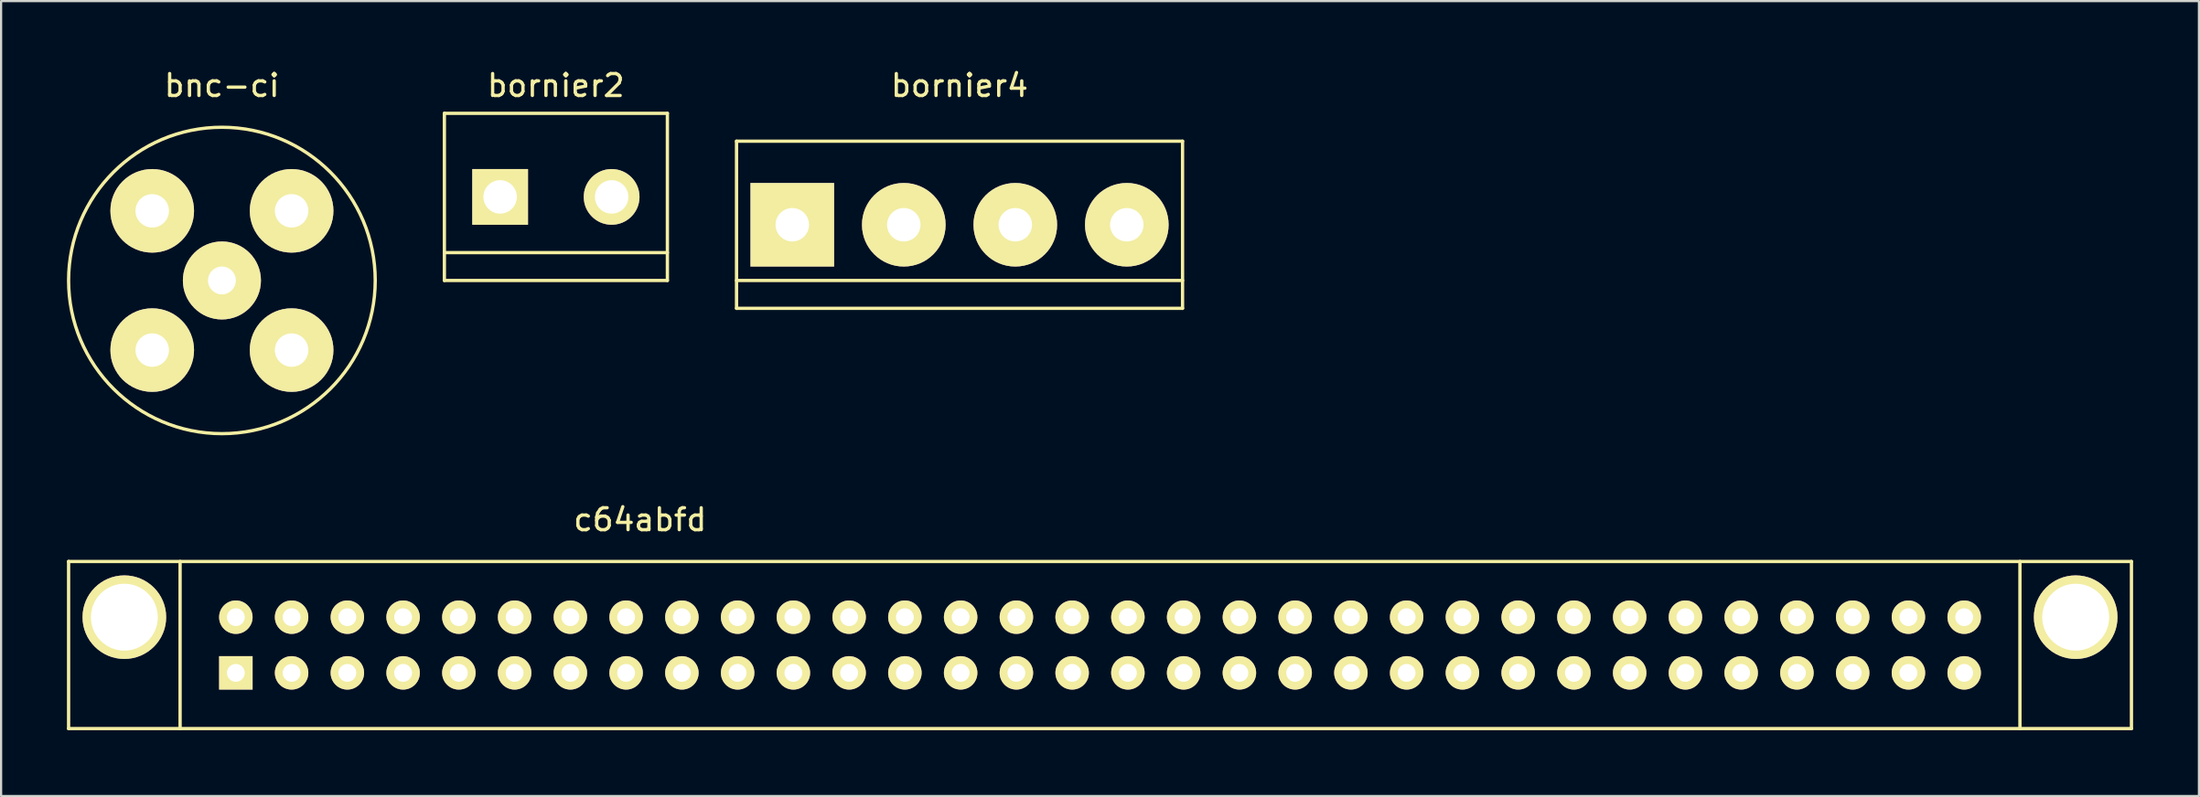
<source format=kicad_pcb>
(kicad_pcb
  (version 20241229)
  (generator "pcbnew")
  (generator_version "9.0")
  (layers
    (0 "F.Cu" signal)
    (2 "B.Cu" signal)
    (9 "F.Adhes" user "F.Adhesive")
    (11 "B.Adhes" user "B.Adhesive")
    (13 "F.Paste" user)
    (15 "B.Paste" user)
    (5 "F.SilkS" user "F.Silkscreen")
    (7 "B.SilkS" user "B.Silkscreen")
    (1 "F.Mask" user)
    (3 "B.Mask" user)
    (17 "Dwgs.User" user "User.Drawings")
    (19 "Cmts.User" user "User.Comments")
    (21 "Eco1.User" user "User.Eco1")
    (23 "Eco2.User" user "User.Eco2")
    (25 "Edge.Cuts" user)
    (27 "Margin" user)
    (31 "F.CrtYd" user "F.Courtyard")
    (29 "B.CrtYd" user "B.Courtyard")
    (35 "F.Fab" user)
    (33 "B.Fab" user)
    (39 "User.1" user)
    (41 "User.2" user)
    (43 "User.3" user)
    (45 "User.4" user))
  (footprint "bornier2"
    (layer "F.Cu")
    (at 22.275 5.928)
    (property "Reference" "bornier2" (at 0 -5.08 0) (layer "F.SilkS") (effects (font (size 1 1) (thickness 0.15))))
    (attr through_hole)
    (fp_line (start -5.08 -3.81) (end -5.08 3.81) (stroke (width 0.15) (type solid)) (layer "F.SilkS"))
    (fp_line (start -5.08 3.81) (end 5.08 3.81) (stroke (width 0.15) (type solid)) (layer "F.SilkS"))
    (fp_line (start 5.08 -3.81) (end -5.08 -3.81) (stroke (width 0.15) (type solid)) (layer "F.SilkS"))
    (fp_line (start 5.08 2.54) (end -5.08 2.54) (stroke (width 0.15) (type solid)) (layer "F.SilkS"))
    (fp_line (start 5.08 3.81) (end 5.08 -3.81) (stroke (width 0.15) (type solid)) (layer "F.SilkS"))
    (pad "1" thru_hole rect (at -2.54 0) (size 2.54 2.54) (drill 1.524) (layers "*.Cu" "*.Mask" "F.SilkS"))
    (pad "2" thru_hole circle (at 2.54 0) (size 2.54 2.54) (drill 1.524) (layers "*.Cu" "*.Mask" "F.SilkS")))
  (footprint "bornier4"
    (layer "F.Cu")
    (at 40.665 7.198)
    (property "Reference" "bornier4" (at 0 -6.35 0) (layer "F.SilkS") (effects (font (size 1 1) (thickness 0.15))))
    (attr through_hole)
    (fp_line (start -10.16 -3.81) (end -10.16 3.81) (stroke (width 0.15) (type solid)) (layer "F.SilkS"))
    (fp_line (start -10.16 -3.81) (end 10.16 -3.81) (stroke (width 0.15) (type solid)) (layer "F.SilkS"))
    (fp_line (start -10.16 3.81) (end 10.16 3.81) (stroke (width 0.15) (type solid)) (layer "F.SilkS"))
    (fp_line (start 10.16 2.54) (end -10.16 2.54) (stroke (width 0.15) (type solid)) (layer "F.SilkS"))
    (fp_line (start 10.16 3.81) (end 10.16 -3.81) (stroke (width 0.15) (type solid)) (layer "F.SilkS"))
    (pad "1" thru_hole rect (at -7.62 0) (size 3.81 3.81) (drill 1.524) (layers "*.Cu" "*.Mask" "F.SilkS"))
    (pad "2" thru_hole circle (at -2.54 0) (size 3.81 3.81) (drill 1.524) (layers "*.Cu" "*.Mask" "F.SilkS"))
    (pad "3" thru_hole circle (at 2.54 0) (size 3.81 3.81) (drill 1.524) (layers "*.Cu" "*.Mask" "F.SilkS"))
    (pad "4" thru_hole circle (at 7.62 0) (size 3.81 3.81) (drill 1.524) (layers "*.Cu" "*.Mask" "F.SilkS")))
  (footprint "c64abfd"
    (layer "F.Cu")
    (at 47.065 26.361)
    (property "Reference" "c64abfd" (at -20.955 -5.715 0) (layer "F.SilkS") (effects (font (size 1 1) (thickness 0.15))))
    (attr through_hole)
    (fp_line (start -46.99 -3.81) (end 46.99 -3.81) (stroke (width 0.15) (type solid)) (layer "F.SilkS"))
    (fp_line (start -46.99 3.81) (end -46.99 -3.81) (stroke (width 0.15) (type solid)) (layer "F.SilkS"))
    (fp_line (start -41.91 3.81) (end -41.91 -3.81) (stroke (width 0.15) (type solid)) (layer "F.SilkS"))
    (fp_line (start 41.91 3.81) (end 41.91 -3.81) (stroke (width 0.15) (type solid)) (layer "F.SilkS"))
    (fp_line (start 46.99 -3.81) (end 46.99 3.81) (stroke (width 0.15) (type solid)) (layer "F.SilkS"))
    (fp_line (start 46.99 3.81) (end -46.99 3.81) (stroke (width 0.15) (type solid)) (layer "F.SilkS"))
    (pad "65" thru_hole circle (at -44.45 -1.27) (size 3.81 3.81) (drill 3.048) (layers "*.Cu" "*.Mask" "F.SilkS"))
    (pad "66" thru_hole circle (at 44.45 -1.27) (size 3.81 3.81) (drill 3.048) (layers "*.Cu" "*.Mask" "F.SilkS"))
    (pad "A1" thru_hole rect (at -39.37 1.27) (size 1.524 1.524) (drill 0.813) (layers "*.Cu" "*.Mask" "F.SilkS"))
    (pad "A2" thru_hole circle (at -36.83 1.27) (size 1.524 1.524) (drill 0.813) (layers "*.Cu" "*.Mask" "F.SilkS"))
    (pad "A3" thru_hole circle (at -34.29 1.27) (size 1.524 1.524) (drill 0.813) (layers "*.Cu" "*.Mask" "F.SilkS"))
    (pad "A4" thru_hole circle (at -31.75 1.27) (size 1.524 1.524) (drill 0.813) (layers "*.Cu" "*.Mask" "F.SilkS"))
    (pad "A5" thru_hole circle (at -29.21 1.27) (size 1.524 1.524) (drill 0.813) (layers "*.Cu" "*.Mask" "F.SilkS"))
    (pad "A6" thru_hole circle (at -26.67 1.27) (size 1.524 1.524) (drill 0.813) (layers "*.Cu" "*.Mask" "F.SilkS"))
    (pad "A7" thru_hole circle (at -24.13 1.27) (size 1.524 1.524) (drill 0.813) (layers "*.Cu" "*.Mask" "F.SilkS"))
    (pad "A8" thru_hole circle (at -21.59 1.27) (size 1.524 1.524) (drill 0.813) (layers "*.Cu" "*.Mask" "F.SilkS"))
    (pad "A9" thru_hole circle (at -19.05 1.27) (size 1.524 1.524) (drill 0.813) (layers "*.Cu" "*.Mask" "F.SilkS"))
    (pad "A10" thru_hole circle (at -16.51 1.27) (size 1.524 1.524) (drill 0.813) (layers "*.Cu" "*.Mask" "F.SilkS"))
    (pad "A11" thru_hole circle (at -13.97 1.27) (size 1.524 1.524) (drill 0.813) (layers "*.Cu" "*.Mask" "F.SilkS"))
    (pad "A12" thru_hole circle (at -11.43 1.27) (size 1.524 1.524) (drill 0.813) (layers "*.Cu" "*.Mask" "F.SilkS"))
    (pad "A13" thru_hole circle (at -8.89 1.27) (size 1.524 1.524) (drill 0.813) (layers "*.Cu" "*.Mask" "F.SilkS"))
    (pad "A14" thru_hole circle (at -6.35 1.27) (size 1.524 1.524) (drill 0.813) (layers "*.Cu" "*.Mask" "F.SilkS"))
    (pad "A15" thru_hole circle (at -3.81 1.27) (size 1.524 1.524) (drill 0.813) (layers "*.Cu" "*.Mask" "F.SilkS"))
    (pad "A16" thru_hole circle (at -1.27 1.27) (size 1.524 1.524) (drill 0.813) (layers "*.Cu" "*.Mask" "F.SilkS"))
    (pad "A17" thru_hole circle (at 1.27 1.27) (size 1.524 1.524) (drill 0.813) (layers "*.Cu" "*.Mask" "F.SilkS"))
    (pad "A18" thru_hole circle (at 3.81 1.27) (size 1.524 1.524) (drill 0.813) (layers "*.Cu" "*.Mask" "F.SilkS"))
    (pad "A19" thru_hole circle (at 6.35 1.27) (size 1.524 1.524) (drill 0.813) (layers "*.Cu" "*.Mask" "F.SilkS"))
    (pad "A20" thru_hole circle (at 8.89 1.27) (size 1.524 1.524) (drill 0.813) (layers "*.Cu" "*.Mask" "F.SilkS"))
    (pad "A21" thru_hole circle (at 11.43 1.27) (size 1.524 1.524) (drill 0.813) (layers "*.Cu" "*.Mask" "F.SilkS"))
    (pad "A22" thru_hole circle (at 13.97 1.27) (size 1.524 1.524) (drill 0.813) (layers "*.Cu" "*.Mask" "F.SilkS"))
    (pad "A23" thru_hole circle (at 16.51 1.27) (size 1.524 1.524) (drill 0.813) (layers "*.Cu" "*.Mask" "F.SilkS"))
    (pad "A24" thru_hole circle (at 19.05 1.27) (size 1.524 1.524) (drill 0.813) (layers "*.Cu" "*.Mask" "F.SilkS"))
    (pad "A25" thru_hole circle (at 21.59 1.27) (size 1.524 1.524) (drill 0.813) (layers "*.Cu" "*.Mask" "F.SilkS"))
    (pad "A26" thru_hole circle (at 24.13 1.27) (size 1.524 1.524) (drill 0.813) (layers "*.Cu" "*.Mask" "F.SilkS"))
    (pad "A27" thru_hole circle (at 26.67 1.27) (size 1.524 1.524) (drill 0.813) (layers "*.Cu" "*.Mask" "F.SilkS"))
    (pad "A28" thru_hole circle (at 29.21 1.27) (size 1.524 1.524) (drill 0.813) (layers "*.Cu" "*.Mask" "F.SilkS"))
    (pad "A29" thru_hole circle (at 31.75 1.27) (size 1.524 1.524) (drill 0.813) (layers "*.Cu" "*.Mask" "F.SilkS"))
    (pad "A30" thru_hole circle (at 34.29 1.27) (size 1.524 1.524) (drill 0.813) (layers "*.Cu" "*.Mask" "F.SilkS"))
    (pad "A31" thru_hole circle (at 36.83 1.27) (size 1.524 1.524) (drill 0.813) (layers "*.Cu" "*.Mask" "F.SilkS"))
    (pad "A32" thru_hole circle (at 39.37 1.27) (size 1.524 1.524) (drill 0.813) (layers "*.Cu" "*.Mask" "F.SilkS"))
    (pad "B1" thru_hole circle (at -39.37 -1.27) (size 1.524 1.524) (drill 0.813) (layers "*.Cu" "*.Mask" "F.SilkS"))
    (pad "B2" thru_hole circle (at -36.83 -1.27) (size 1.524 1.524) (drill 0.813) (layers "*.Cu" "*.Mask" "F.SilkS"))
    (pad "B3" thru_hole circle (at -34.29 -1.27) (size 1.524 1.524) (drill 0.813) (layers "*.Cu" "*.Mask" "F.SilkS"))
    (pad "B4" thru_hole circle (at -31.75 -1.27) (size 1.524 1.524) (drill 0.813) (layers "*.Cu" "*.Mask" "F.SilkS"))
    (pad "B5" thru_hole circle (at -29.21 -1.27) (size 1.524 1.524) (drill 0.813) (layers "*.Cu" "*.Mask" "F.SilkS"))
    (pad "B6" thru_hole circle (at -26.67 -1.27) (size 1.524 1.524) (drill 0.813) (layers "*.Cu" "*.Mask" "F.SilkS"))
    (pad "B7" thru_hole circle (at -24.13 -1.27) (size 1.524 1.524) (drill 0.813) (layers "*.Cu" "*.Mask" "F.SilkS"))
    (pad "B8" thru_hole circle (at -21.59 -1.27) (size 1.524 1.524) (drill 0.813) (layers "*.Cu" "*.Mask" "F.SilkS"))
    (pad "B9" thru_hole circle (at -19.05 -1.27) (size 1.524 1.524) (drill 0.813) (layers "*.Cu" "*.Mask" "F.SilkS"))
    (pad "B10" thru_hole circle (at -16.51 -1.27) (size 1.524 1.524) (drill 0.813) (layers "*.Cu" "*.Mask" "F.SilkS"))
    (pad "B11" thru_hole circle (at -13.97 -1.27) (size 1.524 1.524) (drill 0.813) (layers "*.Cu" "*.Mask" "F.SilkS"))
    (pad "B12" thru_hole circle (at -11.43 -1.27) (size 1.524 1.524) (drill 0.813) (layers "*.Cu" "*.Mask" "F.SilkS"))
    (pad "B13" thru_hole circle (at -8.89 -1.27) (size 1.524 1.524) (drill 0.813) (layers "*.Cu" "*.Mask" "F.SilkS"))
    (pad "B14" thru_hole circle (at -6.35 -1.27) (size 1.524 1.524) (drill 0.813) (layers "*.Cu" "*.Mask" "F.SilkS"))
    (pad "B15" thru_hole circle (at -3.81 -1.27) (size 1.524 1.524) (drill 0.813) (layers "*.Cu" "*.Mask" "F.SilkS"))
    (pad "B16" thru_hole circle (at -1.27 -1.27) (size 1.524 1.524) (drill 0.813) (layers "*.Cu" "*.Mask" "F.SilkS"))
    (pad "B17" thru_hole circle (at 1.27 -1.27) (size 1.524 1.524) (drill 0.813) (layers "*.Cu" "*.Mask" "F.SilkS"))
    (pad "B18" thru_hole circle (at 3.81 -1.27) (size 1.524 1.524) (drill 0.813) (layers "*.Cu" "*.Mask" "F.SilkS"))
    (pad "B19" thru_hole circle (at 6.35 -1.27) (size 1.524 1.524) (drill 0.813) (layers "*.Cu" "*.Mask" "F.SilkS"))
    (pad "B20" thru_hole circle (at 8.89 -1.27) (size 1.524 1.524) (drill 0.813) (layers "*.Cu" "*.Mask" "F.SilkS"))
    (pad "B21" thru_hole circle (at 11.43 -1.27) (size 1.524 1.524) (drill 0.813) (layers "*.Cu" "*.Mask" "F.SilkS"))
    (pad "B22" thru_hole circle (at 13.97 -1.27) (size 1.524 1.524) (drill 0.813) (layers "*.Cu" "*.Mask" "F.SilkS"))
    (pad "B23" thru_hole circle (at 16.51 -1.27) (size 1.524 1.524) (drill 0.813) (layers "*.Cu" "*.Mask" "F.SilkS"))
    (pad "B24" thru_hole circle (at 19.05 -1.27) (size 1.524 1.524) (drill 0.813) (layers "*.Cu" "*.Mask" "F.SilkS"))
    (pad "B25" thru_hole circle (at 21.59 -1.27) (size 1.524 1.524) (drill 0.813) (layers "*.Cu" "*.Mask" "F.SilkS"))
    (pad "B26" thru_hole circle (at 24.13 -1.27) (size 1.524 1.524) (drill 0.813) (layers "*.Cu" "*.Mask" "F.SilkS"))
    (pad "B27" thru_hole circle (at 26.67 -1.27) (size 1.524 1.524) (drill 0.813) (layers "*.Cu" "*.Mask" "F.SilkS"))
    (pad "B28" thru_hole circle (at 29.21 -1.27) (size 1.524 1.524) (drill 0.813) (layers "*.Cu" "*.Mask" "F.SilkS"))
    (pad "B29" thru_hole circle (at 31.75 -1.27) (size 1.524 1.524) (drill 0.813) (layers "*.Cu" "*.Mask" "F.SilkS"))
    (pad "B30" thru_hole circle (at 34.29 -1.27) (size 1.524 1.524) (drill 0.813) (layers "*.Cu" "*.Mask" "F.SilkS"))
    (pad "B31" thru_hole circle (at 36.83 -1.27) (size 1.524 1.524) (drill 0.813) (layers "*.Cu" "*.Mask" "F.SilkS"))
    (pad "B32" thru_hole circle (at 39.37 -1.27) (size 1.524 1.524) (drill 0.813) (layers "*.Cu" "*.Mask" "F.SilkS")))
  (footprint "bnc-ci"
    (layer "F.Cu")
    (at 7.06 9.738)
    (property "Reference" "bnc-ci" (at 0 -8.89 0) (layer "F.SilkS") (effects (font (size 1 1) (thickness 0.15))))
    (attr through_hole)
    (fp_circle (center 0 0) (end -6.985 0) (stroke (width 0.15) (type solid)) (fill no) (layer "F.SilkS"))
    (pad "1" thru_hole circle (at 0 0) (size 3.556 3.556) (drill 1.27) (layers "*.Cu" "*.Mask" "F.SilkS"))
    (pad "2" thru_hole circle (at -3.175 -3.175) (size 3.81 3.81) (drill 1.524) (layers "*.Cu" "*.Mask" "F.SilkS"))
    (pad "2" thru_hole circle (at -3.175 3.175) (size 3.81 3.81) (drill 1.524) (layers "*.Cu" "*.Mask" "F.SilkS"))
    (pad "2" thru_hole circle (at 3.175 -3.175) (size 3.81 3.81) (drill 1.524) (layers "*.Cu" "*.Mask" "F.SilkS"))
    (pad "2" thru_hole circle (at 3.175 3.175) (size 3.81 3.81) (drill 1.524) (layers "*.Cu" "*.Mask" "F.SilkS")))
  (gr_rect
    (start -3 -3)
    (end 97.13 33.246)
    (stroke (width 0.1) (type default))
    (fill no)
    (layer "Edge.Cuts")))
</source>
